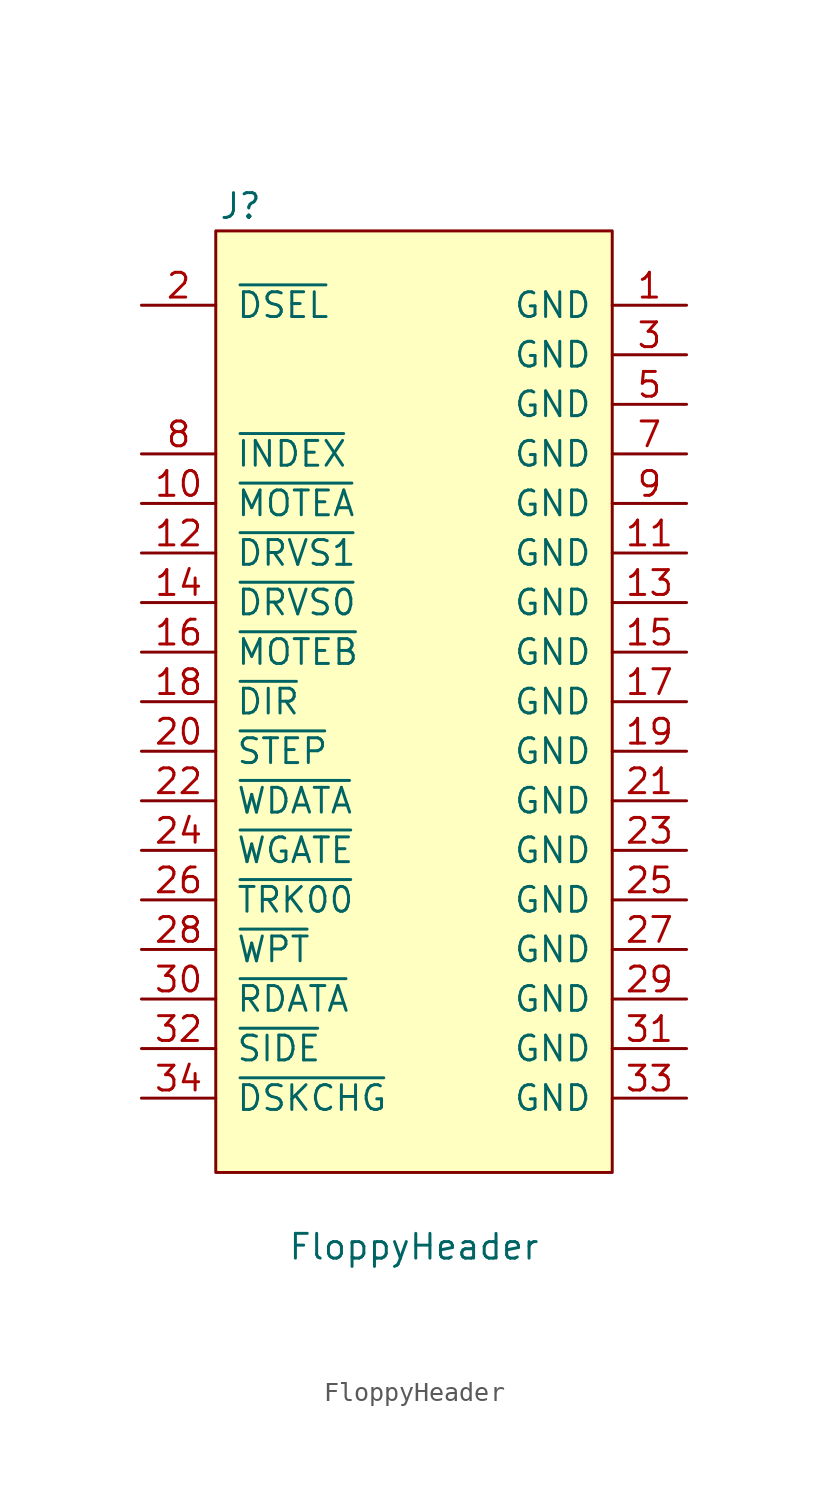
<source format=kicad_sym>
(kicad_symbol_lib
  (version 20220914)
  (generator kicad_symbol_editor)
  (symbol "FloppyHeader"
    (pin_names
      (offset 1.016))
    (property "Reference" "J"
      (at -8.89 48.26 0)
      (effects (font (size 1.27 1.27))))
    (property "Value" "FloppyHeader"
      (at 0 -5.08 0)
      (effects (font (size 1.27 1.27))))
    (symbol "FloppyHeader_0_1"
      (rectangle (start -10.16 46.99) (end 10.16 -1.27) (stroke (width 0) (type default)) (fill (type background))))
    (symbol "FloppyHeader_1_1"
      (pin power_in line (at 13.97 43.18 180) (length 3.81) (name "GND" (effects (font (size 1.27 1.27)))) (number "1" (effects (font (size 1.27 1.27)))))
      (pin input line (at -13.97 33.02 0) (length 3.81) (name "~{MOTEA}" (effects (font (size 1.27 1.27)))) (number "10" (effects (font (size 1.27 1.27)))))
      (pin power_in line (at 13.97 30.48 180) (length 3.81) (name "GND" (effects (font (size 1.27 1.27)))) (number "11" (effects (font (size 1.27 1.27)))))
      (pin input line (at -13.97 30.48 0) (length 3.81) (name "~{DRVS1}" (effects (font (size 1.27 1.27)))) (number "12" (effects (font (size 1.27 1.27)))))
      (pin power_in line (at 13.97 27.94 180) (length 3.81) (name "GND" (effects (font (size 1.27 1.27)))) (number "13" (effects (font (size 1.27 1.27)))))
      (pin input line (at -13.97 27.94 0) (length 3.81) (name "~{DRVS0}" (effects (font (size 1.27 1.27)))) (number "14" (effects (font (size 1.27 1.27)))))
      (pin power_in line (at 13.97 25.4 180) (length 3.81) (name "GND" (effects (font (size 1.27 1.27)))) (number "15" (effects (font (size 1.27 1.27)))))
      (pin input line (at -13.97 25.4 0) (length 3.81) (name "~{MOTEB}" (effects (font (size 1.27 1.27)))) (number "16" (effects (font (size 1.27 1.27)))))
      (pin power_in line (at 13.97 22.86 180) (length 3.81) (name "GND" (effects (font (size 1.27 1.27)))) (number "17" (effects (font (size 1.27 1.27)))))
      (pin input line (at -13.97 22.86 0) (length 3.81) (name "~{DIR}" (effects (font (size 1.27 1.27)))) (number "18" (effects (font (size 1.27 1.27)))))
      (pin power_in line (at 13.97 20.32 180) (length 3.81) (name "GND" (effects (font (size 1.27 1.27)))) (number "19" (effects (font (size 1.27 1.27)))))
      (pin input line (at -13.97 43.18 0) (length 3.81) (name "~{DSEL}" (effects (font (size 1.27 1.27)))) (number "2" (effects (font (size 1.27 1.27)))))
      (pin input line (at -13.97 20.32 0) (length 3.81) (name "~{STEP}" (effects (font (size 1.27 1.27)))) (number "20" (effects (font (size 1.27 1.27)))))
      (pin power_in line (at 13.97 17.78 180) (length 3.81) (name "GND" (effects (font (size 1.27 1.27)))) (number "21" (effects (font (size 1.27 1.27)))))
      (pin input line (at -13.97 17.78 0) (length 3.81) (name "~{WDATA}" (effects (font (size 1.27 1.27)))) (number "22" (effects (font (size 1.27 1.27)))))
      (pin power_in line (at 13.97 15.24 180) (length 3.81) (name "GND" (effects (font (size 1.27 1.27)))) (number "23" (effects (font (size 1.27 1.27)))))
      (pin input line (at -13.97 15.24 0) (length 3.81) (name "~{WGATE}" (effects (font (size 1.27 1.27)))) (number "24" (effects (font (size 1.27 1.27)))))
      (pin power_in line (at 13.97 12.7 180) (length 3.81) (name "GND" (effects (font (size 1.27 1.27)))) (number "25" (effects (font (size 1.27 1.27)))))
      (pin input line (at -13.97 12.7 0) (length 3.81) (name "~{TRK00}" (effects (font (size 1.27 1.27)))) (number "26" (effects (font (size 1.27 1.27)))))
      (pin power_in line (at 13.97 10.16 180) (length 3.81) (name "GND" (effects (font (size 1.27 1.27)))) (number "27" (effects (font (size 1.27 1.27)))))
      (pin input line (at -13.97 10.16 0) (length 3.81) (name "~{WPT}" (effects (font (size 1.27 1.27)))) (number "28" (effects (font (size 1.27 1.27)))))
      (pin power_in line (at 13.97 7.62 180) (length 3.81) (name "GND" (effects (font (size 1.27 1.27)))) (number "29" (effects (font (size 1.27 1.27)))))
      (pin power_in line (at 13.97 40.64 180) (length 3.81) (name "GND" (effects (font (size 1.27 1.27)))) (number "3" (effects (font (size 1.27 1.27)))))
      (pin input line (at -13.97 7.62 0) (length 3.81) (name "~{RDATA}" (effects (font (size 1.27 1.27)))) (number "30" (effects (font (size 1.27 1.27)))))
      (pin power_in line (at 13.97 5.08 180) (length 3.81) (name "GND" (effects (font (size 1.27 1.27)))) (number "31" (effects (font (size 1.27 1.27)))))
      (pin input line (at -13.97 5.08 0) (length 3.81) (name "~{SIDE}" (effects (font (size 1.27 1.27)))) (number "32" (effects (font (size 1.27 1.27)))))
      (pin power_in line (at 13.97 2.54 180) (length 3.81) (name "GND" (effects (font (size 1.27 1.27)))) (number "33" (effects (font (size 1.27 1.27)))))
      (pin input line (at -13.97 2.54 0) (length 3.81) (name "~{DSKCHG}" (effects (font (size 1.27 1.27)))) (number "34" (effects (font (size 1.27 1.27)))))
      (pin no_connect line (at -13.97 40.64 0) (length 3.81) hide (name "N/C" (effects (font (size 1.27 1.27)))) (number "4" (effects (font (size 1.27 1.27)))))
      (pin power_in line (at 13.97 38.1 180) (length 3.81) (name "GND" (effects (font (size 1.27 1.27)))) (number "5" (effects (font (size 1.27 1.27)))))
      (pin no_connect line (at -13.97 38.1 0) (length 3.81) hide (name "N/C" (effects (font (size 1.27 1.27)))) (number "6" (effects (font (size 1.27 1.27)))))
      (pin power_in line (at 13.97 35.56 180) (length 3.81) (name "GND" (effects (font (size 1.27 1.27)))) (number "7" (effects (font (size 1.27 1.27)))))
      (pin input line (at -13.97 35.56 0) (length 3.81) (name "~{INDEX}" (effects (font (size 1.27 1.27)))) (number "8" (effects (font (size 1.27 1.27)))))
      (pin power_in line (at 13.97 33.02 180) (length 3.81) (name "GND" (effects (font (size 1.27 1.27)))) (number "9" (effects (font (size 1.27 1.27))))))))
</source>
